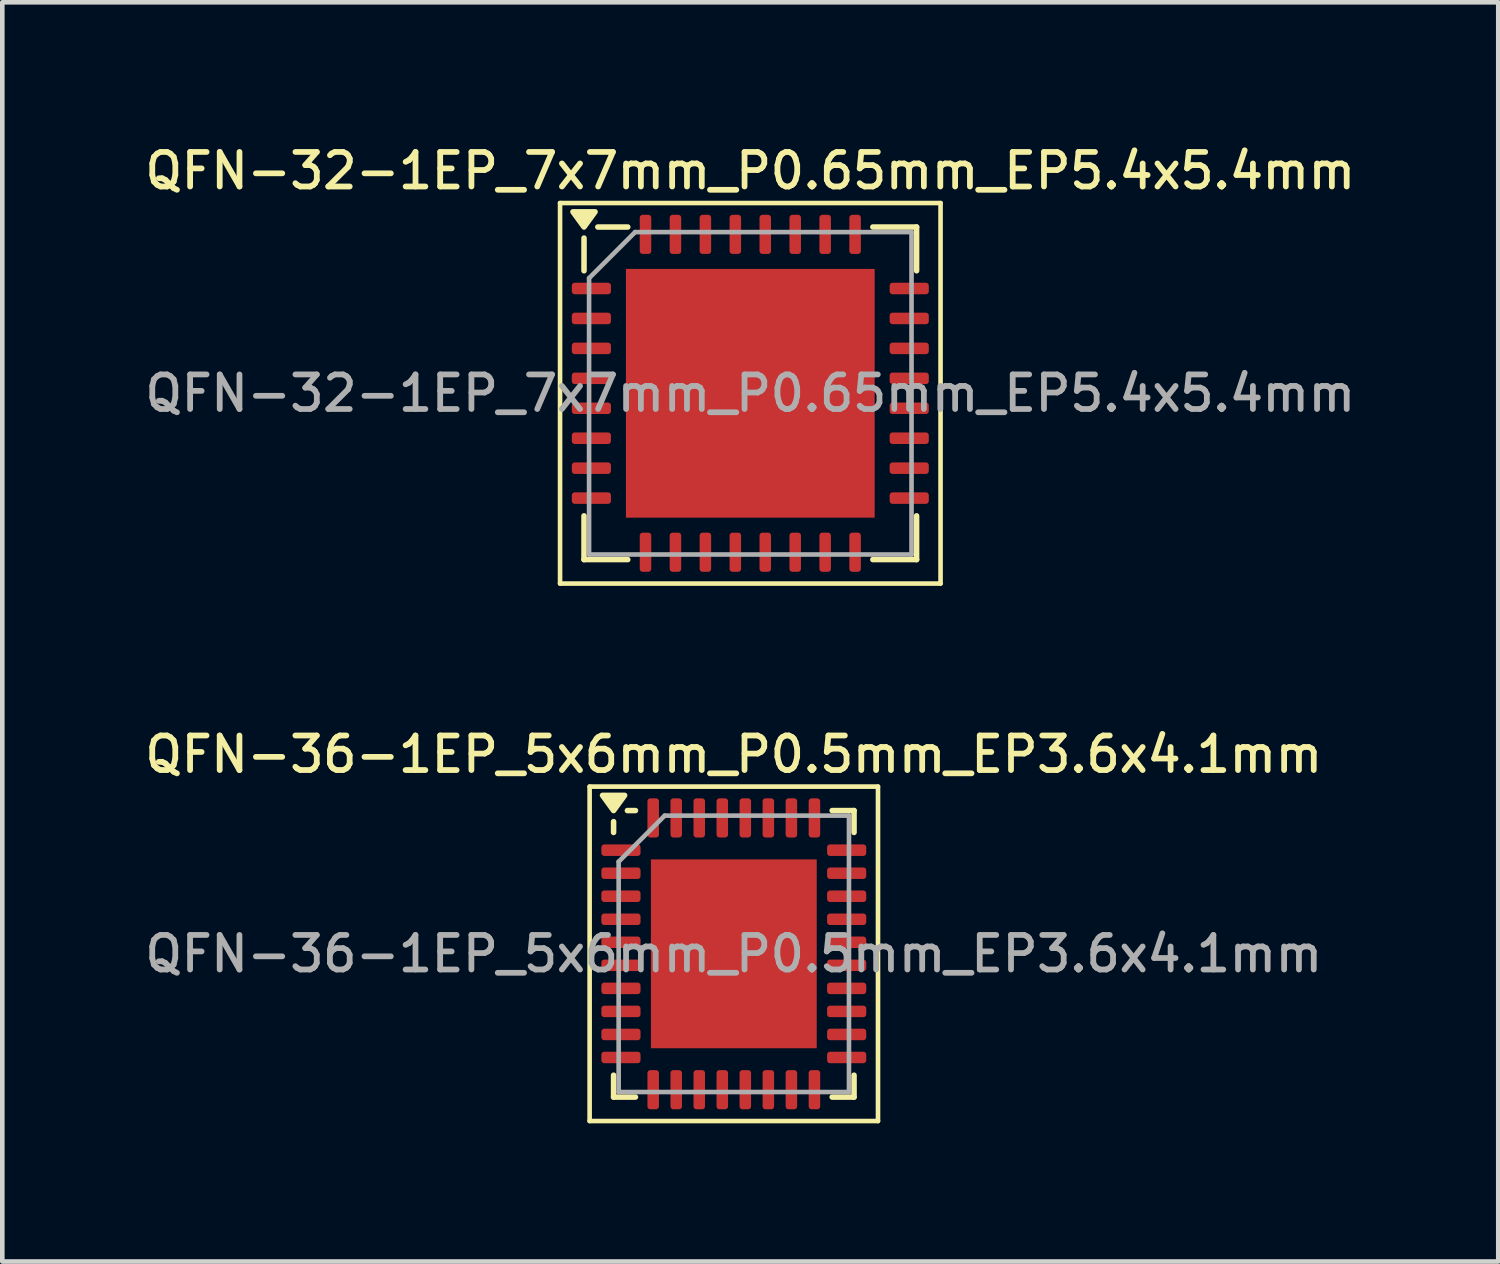
<source format=kicad_pcb>
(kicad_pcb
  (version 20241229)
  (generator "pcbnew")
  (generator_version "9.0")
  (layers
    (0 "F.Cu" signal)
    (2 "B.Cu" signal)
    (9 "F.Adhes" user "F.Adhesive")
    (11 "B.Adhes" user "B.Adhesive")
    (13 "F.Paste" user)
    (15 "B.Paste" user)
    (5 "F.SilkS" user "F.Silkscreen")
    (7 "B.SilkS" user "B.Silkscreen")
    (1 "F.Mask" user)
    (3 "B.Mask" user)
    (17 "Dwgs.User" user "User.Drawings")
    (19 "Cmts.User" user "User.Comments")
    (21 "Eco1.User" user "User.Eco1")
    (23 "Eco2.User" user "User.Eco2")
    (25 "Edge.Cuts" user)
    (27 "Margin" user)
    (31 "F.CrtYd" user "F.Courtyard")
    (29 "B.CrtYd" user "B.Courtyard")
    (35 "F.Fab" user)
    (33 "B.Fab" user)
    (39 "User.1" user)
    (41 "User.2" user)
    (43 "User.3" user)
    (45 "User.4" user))
  (footprint "QFN-32-1EP_7x7mm_P0.65mm_EP5.4x5.4mm"
    (layer "F.Cu")
    (at 13.238 5.488)
    (property "Reference" "QFN-32-1EP_7x7mm_P0.65mm_EP5.4x5.4mm" (at 0 -4.83 0) (layer "F.SilkS") (effects (font (size 0.75 0.75) (thickness 0.125))))
    (attr smd)
    (fp_line (start -4.13 -4.13) (end -4.13 4.13) (stroke (width 0.1) (type solid)) (layer "F.SilkS"))
    (fp_line (start -4.13 4.13) (end 4.13 4.13) (stroke (width 0.1) (type solid)) (layer "F.SilkS"))
    (fp_line (start -3.61 -2.66) (end -3.61 -3.37) (stroke (width 0.12) (type solid)) (layer "F.SilkS"))
    (fp_line (start -3.61 3.61) (end -3.61 2.66) (stroke (width 0.12) (type solid)) (layer "F.SilkS"))
    (fp_line (start -2.66 -3.61) (end -3.31 -3.61) (stroke (width 0.12) (type solid)) (layer "F.SilkS"))
    (fp_line (start -2.66 3.61) (end -3.61 3.61) (stroke (width 0.12) (type solid)) (layer "F.SilkS"))
    (fp_line (start 2.66 -3.61) (end 3.61 -3.61) (stroke (width 0.12) (type solid)) (layer "F.SilkS"))
    (fp_line (start 2.66 3.61) (end 3.61 3.61) (stroke (width 0.12) (type solid)) (layer "F.SilkS"))
    (fp_line (start 3.61 -3.61) (end 3.61 -2.66) (stroke (width 0.12) (type solid)) (layer "F.SilkS"))
    (fp_line (start 3.61 3.61) (end 3.61 2.66) (stroke (width 0.12) (type solid)) (layer "F.SilkS"))
    (fp_line (start 4.13 -4.13) (end -4.13 -4.13) (stroke (width 0.1) (type solid)) (layer "F.SilkS"))
    (fp_line (start 4.13 4.13) (end 4.13 -4.13) (stroke (width 0.1) (type solid)) (layer "F.SilkS"))
    (fp_poly (pts (xy -3.61 -3.61) (xy -3.85 -3.94) (xy -3.37 -3.94) (xy -3.61 -3.61)) (stroke (width 0.12) (type solid)) (fill yes) (layer "F.SilkS"))
    (fp_line (start -3.5 -2.5) (end -2.5 -3.5) (stroke (width 0.1) (type solid)) (layer "F.Fab"))
    (fp_line (start -3.5 3.5) (end -3.5 -2.5) (stroke (width 0.1) (type solid)) (layer "F.Fab"))
    (fp_line (start -2.5 -3.5) (end 3.5 -3.5) (stroke (width 0.1) (type solid)) (layer "F.Fab"))
    (fp_line (start 3.5 -3.5) (end 3.5 3.5) (stroke (width 0.1) (type solid)) (layer "F.Fab"))
    (fp_line (start 3.5 3.5) (end -3.5 3.5) (stroke (width 0.1) (type solid)) (layer "F.Fab"))
    (fp_text user "${REFERENCE}" (at 0 0 0) (layer "F.Fab") (effects (font (size 0.75 0.75) (thickness 0.125))))
    (pad "" smd roundrect (at -2.025 -2.025) (size 1.09 1.09) (layers "F.Paste") (roundrect_rratio 0.229))
    (pad "" smd roundrect (at -2.025 -0.675) (size 1.09 1.09) (layers "F.Paste") (roundrect_rratio 0.229))
    (pad "" smd roundrect (at -2.025 0.675) (size 1.09 1.09) (layers "F.Paste") (roundrect_rratio 0.229))
    (pad "" smd roundrect (at -2.025 2.025) (size 1.09 1.09) (layers "F.Paste") (roundrect_rratio 0.229))
    (pad "" smd roundrect (at -0.675 -2.025) (size 1.09 1.09) (layers "F.Paste") (roundrect_rratio 0.229))
    (pad "" smd roundrect (at -0.675 -0.675) (size 1.09 1.09) (layers "F.Paste") (roundrect_rratio 0.229))
    (pad "" smd roundrect (at -0.675 0.675) (size 1.09 1.09) (layers "F.Paste") (roundrect_rratio 0.229))
    (pad "" smd roundrect (at -0.675 2.025) (size 1.09 1.09) (layers "F.Paste") (roundrect_rratio 0.229))
    (pad "" smd roundrect (at 0.675 -2.025) (size 1.09 1.09) (layers "F.Paste") (roundrect_rratio 0.229))
    (pad "" smd roundrect (at 0.675 -0.675) (size 1.09 1.09) (layers "F.Paste") (roundrect_rratio 0.229))
    (pad "" smd roundrect (at 0.675 0.675) (size 1.09 1.09) (layers "F.Paste") (roundrect_rratio 0.229))
    (pad "" smd roundrect (at 0.675 2.025) (size 1.09 1.09) (layers "F.Paste") (roundrect_rratio 0.229))
    (pad "" smd roundrect (at 2.025 -2.025) (size 1.09 1.09) (layers "F.Paste") (roundrect_rratio 0.229))
    (pad "" smd roundrect (at 2.025 -0.675) (size 1.09 1.09) (layers "F.Paste") (roundrect_rratio 0.229))
    (pad "" smd roundrect (at 2.025 0.675) (size 1.09 1.09) (layers "F.Paste") (roundrect_rratio 0.229))
    (pad "" smd roundrect (at 2.025 2.025) (size 1.09 1.09) (layers "F.Paste") (roundrect_rratio 0.229))
    (pad "1" smd roundrect (at -3.45 -2.275) (size 0.85 0.25) (layers "F.Cu" "F.Mask" "F.Paste") (roundrect_rratio 0.25))
    (pad "2" smd roundrect (at -3.45 -1.625) (size 0.85 0.25) (layers "F.Cu" "F.Mask" "F.Paste") (roundrect_rratio 0.25))
    (pad "3" smd roundrect (at -3.45 -0.975) (size 0.85 0.25) (layers "F.Cu" "F.Mask" "F.Paste") (roundrect_rratio 0.25))
    (pad "4" smd roundrect (at -3.45 -0.325) (size 0.85 0.25) (layers "F.Cu" "F.Mask" "F.Paste") (roundrect_rratio 0.25))
    (pad "5" smd roundrect (at -3.45 0.325) (size 0.85 0.25) (layers "F.Cu" "F.Mask" "F.Paste") (roundrect_rratio 0.25))
    (pad "6" smd roundrect (at -3.45 0.975) (size 0.85 0.25) (layers "F.Cu" "F.Mask" "F.Paste") (roundrect_rratio 0.25))
    (pad "7" smd roundrect (at -3.45 1.625) (size 0.85 0.25) (layers "F.Cu" "F.Mask" "F.Paste") (roundrect_rratio 0.25))
    (pad "8" smd roundrect (at -3.45 2.275) (size 0.85 0.25) (layers "F.Cu" "F.Mask" "F.Paste") (roundrect_rratio 0.25))
    (pad "9" smd roundrect (at -2.275 3.45) (size 0.25 0.85) (layers "F.Cu" "F.Mask" "F.Paste") (roundrect_rratio 0.25))
    (pad "10" smd roundrect (at -1.625 3.45) (size 0.25 0.85) (layers "F.Cu" "F.Mask" "F.Paste") (roundrect_rratio 0.25))
    (pad "11" smd roundrect (at -0.975 3.45) (size 0.25 0.85) (layers "F.Cu" "F.Mask" "F.Paste") (roundrect_rratio 0.25))
    (pad "12" smd roundrect (at -0.325 3.45) (size 0.25 0.85) (layers "F.Cu" "F.Mask" "F.Paste") (roundrect_rratio 0.25))
    (pad "13" smd roundrect (at 0.325 3.45) (size 0.25 0.85) (layers "F.Cu" "F.Mask" "F.Paste") (roundrect_rratio 0.25))
    (pad "14" smd roundrect (at 0.975 3.45) (size 0.25 0.85) (layers "F.Cu" "F.Mask" "F.Paste") (roundrect_rratio 0.25))
    (pad "15" smd roundrect (at 1.625 3.45) (size 0.25 0.85) (layers "F.Cu" "F.Mask" "F.Paste") (roundrect_rratio 0.25))
    (pad "16" smd roundrect (at 2.275 3.45) (size 0.25 0.85) (layers "F.Cu" "F.Mask" "F.Paste") (roundrect_rratio 0.25))
    (pad "17" smd roundrect (at 3.45 2.275) (size 0.85 0.25) (layers "F.Cu" "F.Mask" "F.Paste") (roundrect_rratio 0.25))
    (pad "18" smd roundrect (at 3.45 1.625) (size 0.85 0.25) (layers "F.Cu" "F.Mask" "F.Paste") (roundrect_rratio 0.25))
    (pad "19" smd roundrect (at 3.45 0.975) (size 0.85 0.25) (layers "F.Cu" "F.Mask" "F.Paste") (roundrect_rratio 0.25))
    (pad "20" smd roundrect (at 3.45 0.325) (size 0.85 0.25) (layers "F.Cu" "F.Mask" "F.Paste") (roundrect_rratio 0.25))
    (pad "21" smd roundrect (at 3.45 -0.325) (size 0.85 0.25) (layers "F.Cu" "F.Mask" "F.Paste") (roundrect_rratio 0.25))
    (pad "22" smd roundrect (at 3.45 -0.975) (size 0.85 0.25) (layers "F.Cu" "F.Mask" "F.Paste") (roundrect_rratio 0.25))
    (pad "23" smd roundrect (at 3.45 -1.625) (size 0.85 0.25) (layers "F.Cu" "F.Mask" "F.Paste") (roundrect_rratio 0.25))
    (pad "24" smd roundrect (at 3.45 -2.275) (size 0.85 0.25) (layers "F.Cu" "F.Mask" "F.Paste") (roundrect_rratio 0.25))
    (pad "25" smd roundrect (at 2.275 -3.45) (size 0.25 0.85) (layers "F.Cu" "F.Mask" "F.Paste") (roundrect_rratio 0.25))
    (pad "26" smd roundrect (at 1.625 -3.45) (size 0.25 0.85) (layers "F.Cu" "F.Mask" "F.Paste") (roundrect_rratio 0.25))
    (pad "27" smd roundrect (at 0.975 -3.45) (size 0.25 0.85) (layers "F.Cu" "F.Mask" "F.Paste") (roundrect_rratio 0.25))
    (pad "28" smd roundrect (at 0.325 -3.45) (size 0.25 0.85) (layers "F.Cu" "F.Mask" "F.Paste") (roundrect_rratio 0.25))
    (pad "29" smd roundrect (at -0.325 -3.45) (size 0.25 0.85) (layers "F.Cu" "F.Mask" "F.Paste") (roundrect_rratio 0.25))
    (pad "30" smd roundrect (at -0.975 -3.45) (size 0.25 0.85) (layers "F.Cu" "F.Mask" "F.Paste") (roundrect_rratio 0.25))
    (pad "31" smd roundrect (at -1.625 -3.45) (size 0.25 0.85) (layers "F.Cu" "F.Mask" "F.Paste") (roundrect_rratio 0.25))
    (pad "32" smd roundrect (at -2.275 -3.45) (size 0.25 0.85) (layers "F.Cu" "F.Mask" "F.Paste") (roundrect_rratio 0.25))
    (pad "33" smd rect (at 0 0) (size 5.4 5.4) (property pad_prop_heatsink) (layers "F.Cu" "F.Mask")))
  (footprint "QFN-36-1EP_5x6mm_P0.5mm_EP3.6x4.1mm"
    (layer "F.Cu")
    (at 12.88 17.656)
    (property "Reference" "QFN-36-1EP_5x6mm_P0.5mm_EP3.6x4.1mm" (at 0 -4.33 0) (layer "F.SilkS") (effects (font (size 0.75 0.75) (thickness 0.125))))
    (attr smd)
    (fp_line (start -3.13 -3.63) (end -3.13 3.63) (stroke (width 0.1) (type solid)) (layer "F.SilkS"))
    (fp_line (start -3.13 3.63) (end 3.13 3.63) (stroke (width 0.1) (type solid)) (layer "F.SilkS"))
    (fp_line (start -2.61 -2.635) (end -2.61 -2.87) (stroke (width 0.12) (type solid)) (layer "F.SilkS"))
    (fp_line (start -2.61 3.11) (end -2.61 2.635) (stroke (width 0.12) (type solid)) (layer "F.SilkS"))
    (fp_line (start -2.135 -3.11) (end -2.31 -3.11) (stroke (width 0.12) (type solid)) (layer "F.SilkS"))
    (fp_line (start -2.135 3.11) (end -2.61 3.11) (stroke (width 0.12) (type solid)) (layer "F.SilkS"))
    (fp_line (start 2.135 -3.11) (end 2.61 -3.11) (stroke (width 0.12) (type solid)) (layer "F.SilkS"))
    (fp_line (start 2.135 3.11) (end 2.61 3.11) (stroke (width 0.12) (type solid)) (layer "F.SilkS"))
    (fp_line (start 2.61 -3.11) (end 2.61 -2.635) (stroke (width 0.12) (type solid)) (layer "F.SilkS"))
    (fp_line (start 2.61 3.11) (end 2.61 2.635) (stroke (width 0.12) (type solid)) (layer "F.SilkS"))
    (fp_line (start 3.13 -3.63) (end -3.13 -3.63) (stroke (width 0.1) (type solid)) (layer "F.SilkS"))
    (fp_line (start 3.13 3.63) (end 3.13 -3.63) (stroke (width 0.1) (type solid)) (layer "F.SilkS"))
    (fp_poly (pts (xy -2.61 -3.11) (xy -2.85 -3.44) (xy -2.37 -3.44) (xy -2.61 -3.11)) (stroke (width 0.12) (type solid)) (fill yes) (layer "F.SilkS"))
    (fp_line (start -2.5 -2) (end -1.5 -3) (stroke (width 0.1) (type solid)) (layer "F.Fab"))
    (fp_line (start -2.5 3) (end -2.5 -2) (stroke (width 0.1) (type solid)) (layer "F.Fab"))
    (fp_line (start -1.5 -3) (end 2.5 -3) (stroke (width 0.1) (type solid)) (layer "F.Fab"))
    (fp_line (start 2.5 -3) (end 2.5 3) (stroke (width 0.1) (type solid)) (layer "F.Fab"))
    (fp_line (start 2.5 3) (end -2.5 3) (stroke (width 0.1) (type solid)) (layer "F.Fab"))
    (fp_text user "${REFERENCE}" (at 0 0 0) (layer "F.Fab") (effects (font (size 0.75 0.75) (thickness 0.125))))
    (pad "" smd roundrect (at -1.2 -1.37) (size 0.97 1.1) (layers "F.Paste") (roundrect_rratio 0.25))
    (pad "" smd roundrect (at -1.2 0) (size 0.97 1.1) (layers "F.Paste") (roundrect_rratio 0.25))
    (pad "" smd roundrect (at -1.2 1.37) (size 0.97 1.1) (layers "F.Paste") (roundrect_rratio 0.25))
    (pad "" smd roundrect (at 0 -1.37) (size 0.97 1.1) (layers "F.Paste") (roundrect_rratio 0.25))
    (pad "" smd roundrect (at 0 0) (size 0.97 1.1) (layers "F.Paste") (roundrect_rratio 0.25))
    (pad "" smd roundrect (at 0 1.37) (size 0.97 1.1) (layers "F.Paste") (roundrect_rratio 0.25))
    (pad "" smd roundrect (at 1.2 -1.37) (size 0.97 1.1) (layers "F.Paste") (roundrect_rratio 0.25))
    (pad "" smd roundrect (at 1.2 0) (size 0.97 1.1) (layers "F.Paste") (roundrect_rratio 0.25))
    (pad "" smd roundrect (at 1.2 1.37) (size 0.97 1.1) (layers "F.Paste") (roundrect_rratio 0.25))
    (pad "1" smd roundrect (at -2.45 -2.25) (size 0.85 0.25) (layers "F.Cu" "F.Mask" "F.Paste") (roundrect_rratio 0.25))
    (pad "2" smd roundrect (at -2.45 -1.75) (size 0.85 0.25) (layers "F.Cu" "F.Mask" "F.Paste") (roundrect_rratio 0.25))
    (pad "3" smd roundrect (at -2.45 -1.25) (size 0.85 0.25) (layers "F.Cu" "F.Mask" "F.Paste") (roundrect_rratio 0.25))
    (pad "4" smd roundrect (at -2.45 -0.75) (size 0.85 0.25) (layers "F.Cu" "F.Mask" "F.Paste") (roundrect_rratio 0.25))
    (pad "5" smd roundrect (at -2.45 -0.25) (size 0.85 0.25) (layers "F.Cu" "F.Mask" "F.Paste") (roundrect_rratio 0.25))
    (pad "6" smd roundrect (at -2.45 0.25) (size 0.85 0.25) (layers "F.Cu" "F.Mask" "F.Paste") (roundrect_rratio 0.25))
    (pad "7" smd roundrect (at -2.45 0.75) (size 0.85 0.25) (layers "F.Cu" "F.Mask" "F.Paste") (roundrect_rratio 0.25))
    (pad "8" smd roundrect (at -2.45 1.25) (size 0.85 0.25) (layers "F.Cu" "F.Mask" "F.Paste") (roundrect_rratio 0.25))
    (pad "9" smd roundrect (at -2.45 1.75) (size 0.85 0.25) (layers "F.Cu" "F.Mask" "F.Paste") (roundrect_rratio 0.25))
    (pad "10" smd roundrect (at -2.45 2.25) (size 0.85 0.25) (layers "F.Cu" "F.Mask" "F.Paste") (roundrect_rratio 0.25))
    (pad "11" smd roundrect (at -1.75 2.95) (size 0.25 0.85) (layers "F.Cu" "F.Mask" "F.Paste") (roundrect_rratio 0.25))
    (pad "12" smd roundrect (at -1.25 2.95) (size 0.25 0.85) (layers "F.Cu" "F.Mask" "F.Paste") (roundrect_rratio 0.25))
    (pad "13" smd roundrect (at -0.75 2.95) (size 0.25 0.85) (layers "F.Cu" "F.Mask" "F.Paste") (roundrect_rratio 0.25))
    (pad "14" smd roundrect (at -0.25 2.95) (size 0.25 0.85) (layers "F.Cu" "F.Mask" "F.Paste") (roundrect_rratio 0.25))
    (pad "15" smd roundrect (at 0.25 2.95) (size 0.25 0.85) (layers "F.Cu" "F.Mask" "F.Paste") (roundrect_rratio 0.25))
    (pad "16" smd roundrect (at 0.75 2.95) (size 0.25 0.85) (layers "F.Cu" "F.Mask" "F.Paste") (roundrect_rratio 0.25))
    (pad "17" smd roundrect (at 1.25 2.95) (size 0.25 0.85) (layers "F.Cu" "F.Mask" "F.Paste") (roundrect_rratio 0.25))
    (pad "18" smd roundrect (at 1.75 2.95) (size 0.25 0.85) (layers "F.Cu" "F.Mask" "F.Paste") (roundrect_rratio 0.25))
    (pad "19" smd roundrect (at 2.45 2.25) (size 0.85 0.25) (layers "F.Cu" "F.Mask" "F.Paste") (roundrect_rratio 0.25))
    (pad "20" smd roundrect (at 2.45 1.75) (size 0.85 0.25) (layers "F.Cu" "F.Mask" "F.Paste") (roundrect_rratio 0.25))
    (pad "21" smd roundrect (at 2.45 1.25) (size 0.85 0.25) (layers "F.Cu" "F.Mask" "F.Paste") (roundrect_rratio 0.25))
    (pad "22" smd roundrect (at 2.45 0.75) (size 0.85 0.25) (layers "F.Cu" "F.Mask" "F.Paste") (roundrect_rratio 0.25))
    (pad "23" smd roundrect (at 2.45 0.25) (size 0.85 0.25) (layers "F.Cu" "F.Mask" "F.Paste") (roundrect_rratio 0.25))
    (pad "24" smd roundrect (at 2.45 -0.25) (size 0.85 0.25) (layers "F.Cu" "F.Mask" "F.Paste") (roundrect_rratio 0.25))
    (pad "25" smd roundrect (at 2.45 -0.75) (size 0.85 0.25) (layers "F.Cu" "F.Mask" "F.Paste") (roundrect_rratio 0.25))
    (pad "26" smd roundrect (at 2.45 -1.25) (size 0.85 0.25) (layers "F.Cu" "F.Mask" "F.Paste") (roundrect_rratio 0.25))
    (pad "27" smd roundrect (at 2.45 -1.75) (size 0.85 0.25) (layers "F.Cu" "F.Mask" "F.Paste") (roundrect_rratio 0.25))
    (pad "28" smd roundrect (at 2.45 -2.25) (size 0.85 0.25) (layers "F.Cu" "F.Mask" "F.Paste") (roundrect_rratio 0.25))
    (pad "29" smd roundrect (at 1.75 -2.95) (size 0.25 0.85) (layers "F.Cu" "F.Mask" "F.Paste") (roundrect_rratio 0.25))
    (pad "30" smd roundrect (at 1.25 -2.95) (size 0.25 0.85) (layers "F.Cu" "F.Mask" "F.Paste") (roundrect_rratio 0.25))
    (pad "31" smd roundrect (at 0.75 -2.95) (size 0.25 0.85) (layers "F.Cu" "F.Mask" "F.Paste") (roundrect_rratio 0.25))
    (pad "32" smd roundrect (at 0.25 -2.95) (size 0.25 0.85) (layers "F.Cu" "F.Mask" "F.Paste") (roundrect_rratio 0.25))
    (pad "33" smd roundrect (at -0.25 -2.95) (size 0.25 0.85) (layers "F.Cu" "F.Mask" "F.Paste") (roundrect_rratio 0.25))
    (pad "34" smd roundrect (at -0.75 -2.95) (size 0.25 0.85) (layers "F.Cu" "F.Mask" "F.Paste") (roundrect_rratio 0.25))
    (pad "35" smd roundrect (at -1.25 -2.95) (size 0.25 0.85) (layers "F.Cu" "F.Mask" "F.Paste") (roundrect_rratio 0.25))
    (pad "36" smd roundrect (at -1.75 -2.95) (size 0.25 0.85) (layers "F.Cu" "F.Mask" "F.Paste") (roundrect_rratio 0.25))
    (pad "37" smd rect (at 0 0) (size 3.6 4.1) (property pad_prop_heatsink) (layers "F.Cu" "F.Mask")))
  (gr_rect
    (start -3 -3)
    (end 29.475 24.336)
    (stroke (width 0.1) (type default))
    (fill no)
    (layer "Edge.Cuts")))
</source>
